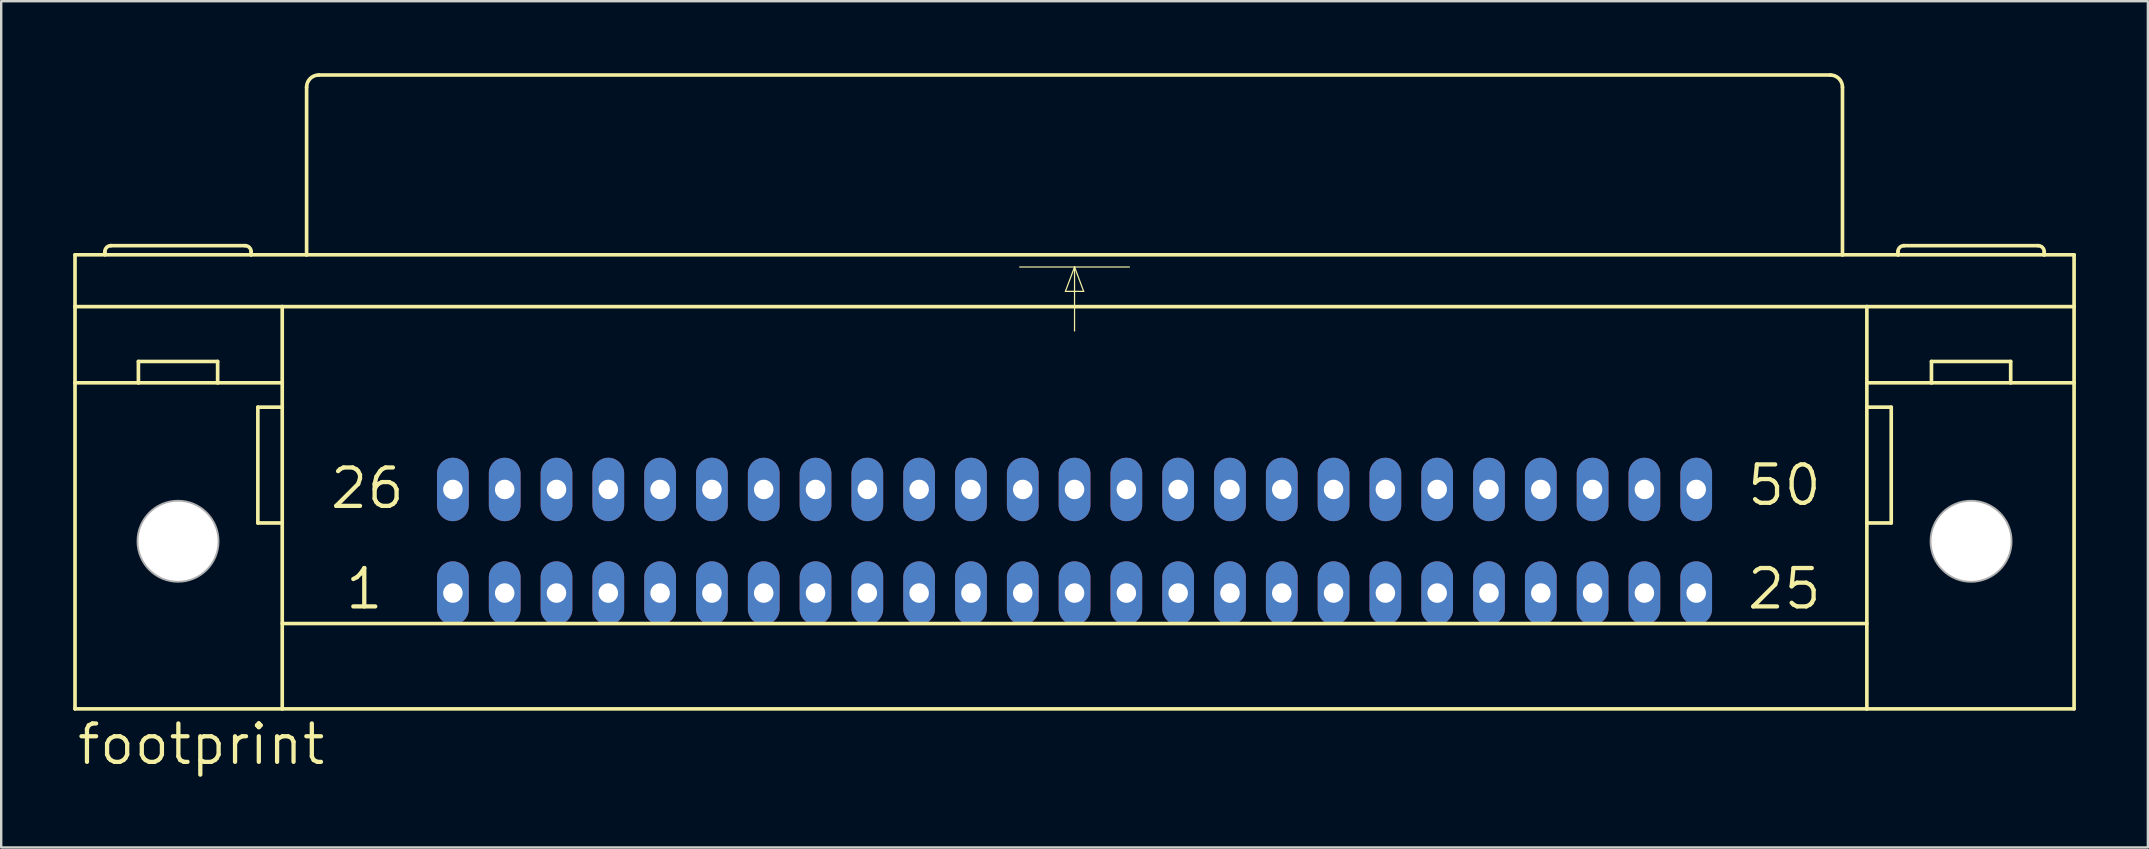
<source format=kicad_pcb>
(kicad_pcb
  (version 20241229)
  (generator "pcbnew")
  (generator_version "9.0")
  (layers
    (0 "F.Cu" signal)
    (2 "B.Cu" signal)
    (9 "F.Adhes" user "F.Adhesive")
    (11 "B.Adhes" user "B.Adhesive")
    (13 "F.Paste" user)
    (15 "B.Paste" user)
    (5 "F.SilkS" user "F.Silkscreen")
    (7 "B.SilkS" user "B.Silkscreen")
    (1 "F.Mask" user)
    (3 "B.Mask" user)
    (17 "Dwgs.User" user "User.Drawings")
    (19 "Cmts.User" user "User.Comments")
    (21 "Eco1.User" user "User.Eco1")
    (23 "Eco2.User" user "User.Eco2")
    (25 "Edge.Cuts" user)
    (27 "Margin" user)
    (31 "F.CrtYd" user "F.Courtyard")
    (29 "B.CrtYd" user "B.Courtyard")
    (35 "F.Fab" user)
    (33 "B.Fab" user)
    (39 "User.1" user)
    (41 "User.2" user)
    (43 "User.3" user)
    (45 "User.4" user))
  (footprint "footprint"
    (layer "F.Cu")
    (at 41.732 19.507)
    (property "Reference" "footprint" (at -41.656 9.398 0) (layer "F.SilkS") (effects (font (size 1.6 1.6) (thickness 0.178)) (justify left bottom)))
    (fp_line (start -41.656 -11.938) (end -34.315 -11.938) (stroke (width 0.152) (type solid)) (layer "F.SilkS"))
    (fp_line (start -41.656 -9.779) (end -41.656 -11.938) (stroke (width 0.152) (type solid)) (layer "F.SilkS"))
    (fp_line (start -41.656 -9.779) (end -33.02 -9.779) (stroke (width 0.152) (type solid)) (layer "F.SilkS"))
    (fp_line (start -41.656 -6.604) (end -41.656 -9.779) (stroke (width 0.152) (type solid)) (layer "F.SilkS"))
    (fp_line (start -41.656 6.985) (end -41.656 -6.604) (stroke (width 0.152) (type solid)) (layer "F.SilkS"))
    (fp_line (start -41.656 6.985) (end -33.02 6.985) (stroke (width 0.152) (type solid)) (layer "F.SilkS"))
    (fp_line (start -40.411 -11.938) (end -40.411 -12.065) (stroke (width 0.152) (type solid)) (layer "F.SilkS"))
    (fp_line (start -39.014 -6.604) (end -41.656 -6.604) (stroke (width 0.152) (type solid)) (layer "F.SilkS"))
    (fp_line (start -39.014 -6.604) (end -39.014 -7.493) (stroke (width 0.152) (type solid)) (layer "F.SilkS"))
    (fp_line (start -35.712 -7.493) (end -39.014 -7.493) (stroke (width 0.152) (type solid)) (layer "F.SilkS"))
    (fp_line (start -35.712 -6.604) (end -39.014 -6.604) (stroke (width 0.152) (type solid)) (layer "F.SilkS"))
    (fp_line (start -35.712 -6.604) (end -35.712 -7.493) (stroke (width 0.152) (type solid)) (layer "F.SilkS"))
    (fp_line (start -34.569 -12.319) (end -40.157 -12.319) (stroke (width 0.152) (type solid)) (layer "F.SilkS"))
    (fp_line (start -34.315 -11.938) (end -34.315 -12.065) (stroke (width 0.152) (type solid)) (layer "F.SilkS"))
    (fp_line (start -34.315 -11.938) (end -32.004 -11.938) (stroke (width 0.152) (type solid)) (layer "F.SilkS"))
    (fp_line (start -34.036 -5.588) (end -34.036 -0.762) (stroke (width 0.152) (type solid)) (layer "F.SilkS"))
    (fp_line (start -34.036 -0.762) (end -33.02 -0.762) (stroke (width 0.152) (type solid)) (layer "F.SilkS"))
    (fp_line (start -33.02 -9.779) (end 33.02 -9.779) (stroke (width 0.152) (type solid)) (layer "F.SilkS"))
    (fp_line (start -33.02 -6.604) (end -35.712 -6.604) (stroke (width 0.152) (type solid)) (layer "F.SilkS"))
    (fp_line (start -33.02 -5.588) (end -34.036 -5.588) (stroke (width 0.152) (type solid)) (layer "F.SilkS"))
    (fp_line (start -33.02 -5.588) (end -33.02 -9.779) (stroke (width 0.152) (type solid)) (layer "F.SilkS"))
    (fp_line (start -33.02 -0.762) (end -33.02 -5.588) (stroke (width 0.152) (type solid)) (layer "F.SilkS"))
    (fp_line (start -33.02 3.429) (end 33.02 3.429) (stroke (width 0.152) (type solid)) (layer "F.SilkS"))
    (fp_line (start -33.02 6.985) (end -33.02 -0.762) (stroke (width 0.152) (type solid)) (layer "F.SilkS"))
    (fp_line (start -33.02 6.985) (end 33.02 6.985) (stroke (width 0.152) (type solid)) (layer "F.SilkS"))
    (fp_line (start -32.004 -11.938) (end -32.004 -18.923) (stroke (width 0.152) (type solid)) (layer "F.SilkS"))
    (fp_line (start -32.004 -11.938) (end 32.004 -11.938) (stroke (width 0.152) (type solid)) (layer "F.SilkS"))
    (fp_line (start -31.496 -19.431) (end 31.496 -19.431) (stroke (width 0.152) (type solid)) (layer "F.SilkS"))
    (fp_line (start -2.286 -11.43) (end 0 -11.43) (stroke (width 0.051) (type solid)) (layer "F.SilkS"))
    (fp_line (start -0.381 -10.414) (end 0.381 -10.414) (stroke (width 0.051) (type solid)) (layer "F.SilkS"))
    (fp_line (start 0 -11.43) (end -0.381 -10.414) (stroke (width 0.051) (type solid)) (layer "F.SilkS"))
    (fp_line (start 0 -11.43) (end 0 -8.763) (stroke (width 0.051) (type solid)) (layer "F.SilkS"))
    (fp_line (start 0 -11.43) (end 2.286 -11.43) (stroke (width 0.051) (type solid)) (layer "F.SilkS"))
    (fp_line (start 0.381 -10.414) (end 0 -11.43) (stroke (width 0.051) (type solid)) (layer "F.SilkS"))
    (fp_line (start 32.004 -11.938) (end 32.004 -18.923) (stroke (width 0.152) (type solid)) (layer "F.SilkS"))
    (fp_line (start 32.004 -11.938) (end 34.315 -11.938) (stroke (width 0.152) (type solid)) (layer "F.SilkS"))
    (fp_line (start 33.02 -9.779) (end 41.656 -9.779) (stroke (width 0.152) (type solid)) (layer "F.SilkS"))
    (fp_line (start 33.02 -6.604) (end 35.712 -6.604) (stroke (width 0.152) (type solid)) (layer "F.SilkS"))
    (fp_line (start 33.02 -5.588) (end 33.02 -9.779) (stroke (width 0.152) (type solid)) (layer "F.SilkS"))
    (fp_line (start 33.02 -5.588) (end 34.036 -5.588) (stroke (width 0.152) (type solid)) (layer "F.SilkS"))
    (fp_line (start 33.02 -0.762) (end 33.02 -5.588) (stroke (width 0.152) (type solid)) (layer "F.SilkS"))
    (fp_line (start 33.02 6.985) (end 33.02 -0.762) (stroke (width 0.152) (type solid)) (layer "F.SilkS"))
    (fp_line (start 33.02 6.985) (end 41.656 6.985) (stroke (width 0.152) (type solid)) (layer "F.SilkS"))
    (fp_line (start 34.036 -5.588) (end 34.036 -0.762) (stroke (width 0.152) (type solid)) (layer "F.SilkS"))
    (fp_line (start 34.036 -0.762) (end 33.02 -0.762) (stroke (width 0.152) (type solid)) (layer "F.SilkS"))
    (fp_line (start 34.315 -11.938) (end 34.315 -12.065) (stroke (width 0.152) (type solid)) (layer "F.SilkS"))
    (fp_line (start 34.315 -11.938) (end 40.411 -11.938) (stroke (width 0.152) (type solid)) (layer "F.SilkS"))
    (fp_line (start 34.569 -12.319) (end 40.157 -12.319) (stroke (width 0.152) (type solid)) (layer "F.SilkS"))
    (fp_line (start 35.712 -7.493) (end 39.014 -7.493) (stroke (width 0.152) (type solid)) (layer "F.SilkS"))
    (fp_line (start 35.712 -6.604) (end 35.712 -7.493) (stroke (width 0.152) (type solid)) (layer "F.SilkS"))
    (fp_line (start 35.712 -6.604) (end 39.014 -6.604) (stroke (width 0.152) (type solid)) (layer "F.SilkS"))
    (fp_line (start 39.014 -6.604) (end 39.014 -7.493) (stroke (width 0.152) (type solid)) (layer "F.SilkS"))
    (fp_line (start 39.014 -6.604) (end 41.656 -6.604) (stroke (width 0.152) (type solid)) (layer "F.SilkS"))
    (fp_line (start 40.411 -11.938) (end 40.411 -12.065) (stroke (width 0.152) (type solid)) (layer "F.SilkS"))
    (fp_line (start 40.411 -11.938) (end 41.656 -11.938) (stroke (width 0.152) (type solid)) (layer "F.SilkS"))
    (fp_line (start 41.656 -11.938) (end 41.656 -6.604) (stroke (width 0.152) (type solid)) (layer "F.SilkS"))
    (fp_line (start 41.656 -6.604) (end 41.656 6.985) (stroke (width 0.152) (type solid)) (layer "F.SilkS"))
    (fp_arc (start -40.4114 -12.065) (mid -40.337005 -12.244605) (end -40.1574 -12.319) (stroke (width 0.1524) (type solid)) (layer "F.SilkS"))
    (fp_arc (start -34.5694 -12.319) (mid -34.389795 -12.244605) (end -34.3154 -12.065) (stroke (width 0.1524) (type solid)) (layer "F.SilkS"))
    (fp_arc (start -32.004 -18.923) (mid -31.85521 -19.28221) (end -31.496 -19.431) (stroke (width 0.1524) (type solid)) (layer "F.SilkS"))
    (fp_arc (start 31.496 -19.431) (mid 31.85521 -19.28221) (end 32.004 -18.923) (stroke (width 0.1524) (type solid)) (layer "F.SilkS"))
    (fp_arc (start 34.3154 -12.065) (mid 34.389795 -12.244605) (end 34.5694 -12.319) (stroke (width 0.1524) (type solid)) (layer "F.SilkS"))
    (fp_arc (start 40.1574 -12.319) (mid 40.337005 -12.244605) (end 40.4114 -12.065) (stroke (width 0.1524) (type solid)) (layer "F.SilkS"))
    (fp_circle (center -37.363 0) (end -35.712 0) (stroke (width 0.152) (type solid)) (fill no) (layer "F.Fab"))
    (fp_circle (center 37.363 0) (end 39.014 0) (stroke (width 0.152) (type solid)) (fill no) (layer "F.Fab"))
    (fp_text user "50" (at 27.94 -1.397 0) (layer "F.SilkS") (effects (font (size 1.6 1.6) (thickness 0.178)) (justify left bottom)))
    (fp_text user "26" (at -31.115 -1.27 0) (layer "F.SilkS") (effects (font (size 1.6 1.6) (thickness 0.178)) (justify left bottom)))
    (fp_text user "25" (at 27.94 2.921 0) (layer "F.SilkS") (effects (font (size 1.6 1.6) (thickness 0.178)) (justify left bottom)))
    (fp_text user "1" (at -30.48 2.921 0) (layer "F.SilkS") (effects (font (size 1.6 1.6) (thickness 0.178)) (justify left bottom)))
    (pad "" np_thru_hole circle (at -37.363 0) (size 3.302 3.302) (drill 3.302) (layers "*.Cu" "*.Mask"))
    (pad "" np_thru_hole circle (at 37.363 0) (size 3.302 3.302) (drill 3.302) (layers "*.Cu" "*.Mask"))
    (pad "1" thru_hole oval (at -25.908 2.159 90) (size 2.642 1.321) (drill 0.813) (layers "*.Cu" "*.Mask"))
    (pad "2" thru_hole oval (at -23.749 2.159 90) (size 2.642 1.321) (drill 0.813) (layers "*.Cu" "*.Mask"))
    (pad "3" thru_hole oval (at -21.59 2.159 90) (size 2.642 1.321) (drill 0.813) (layers "*.Cu" "*.Mask"))
    (pad "4" thru_hole oval (at -19.431 2.159 90) (size 2.642 1.321) (drill 0.813) (layers "*.Cu" "*.Mask"))
    (pad "5" thru_hole oval (at -17.272 2.159 90) (size 2.642 1.321) (drill 0.813) (layers "*.Cu" "*.Mask"))
    (pad "6" thru_hole oval (at -15.113 2.159 90) (size 2.642 1.321) (drill 0.813) (layers "*.Cu" "*.Mask"))
    (pad "7" thru_hole oval (at -12.954 2.159 90) (size 2.642 1.321) (drill 0.813) (layers "*.Cu" "*.Mask"))
    (pad "8" thru_hole oval (at -10.795 2.159 90) (size 2.642 1.321) (drill 0.813) (layers "*.Cu" "*.Mask"))
    (pad "9" thru_hole oval (at -8.636 2.159 90) (size 2.642 1.321) (drill 0.813) (layers "*.Cu" "*.Mask"))
    (pad "10" thru_hole oval (at -6.477 2.159 90) (size 2.642 1.321) (drill 0.813) (layers "*.Cu" "*.Mask"))
    (pad "11" thru_hole oval (at -4.318 2.159 90) (size 2.642 1.321) (drill 0.813) (layers "*.Cu" "*.Mask"))
    (pad "12" thru_hole oval (at -2.159 2.159 90) (size 2.642 1.321) (drill 0.813) (layers "*.Cu" "*.Mask"))
    (pad "13" thru_hole oval (at 0 2.159 90) (size 2.642 1.321) (drill 0.813) (layers "*.Cu" "*.Mask"))
    (pad "14" thru_hole oval (at 2.159 2.159 90) (size 2.642 1.321) (drill 0.813) (layers "*.Cu" "*.Mask"))
    (pad "15" thru_hole oval (at 4.318 2.159 90) (size 2.642 1.321) (drill 0.813) (layers "*.Cu" "*.Mask"))
    (pad "16" thru_hole oval (at 6.477 2.159 90) (size 2.642 1.321) (drill 0.813) (layers "*.Cu" "*.Mask"))
    (pad "17" thru_hole oval (at 8.636 2.159 90) (size 2.642 1.321) (drill 0.813) (layers "*.Cu" "*.Mask"))
    (pad "18" thru_hole oval (at 10.795 2.159 90) (size 2.642 1.321) (drill 0.813) (layers "*.Cu" "*.Mask"))
    (pad "19" thru_hole oval (at 12.954 2.159 90) (size 2.642 1.321) (drill 0.813) (layers "*.Cu" "*.Mask"))
    (pad "20" thru_hole oval (at 15.113 2.159 90) (size 2.642 1.321) (drill 0.813) (layers "*.Cu" "*.Mask"))
    (pad "21" thru_hole oval (at 17.272 2.159 90) (size 2.642 1.321) (drill 0.813) (layers "*.Cu" "*.Mask"))
    (pad "22" thru_hole oval (at 19.431 2.159 90) (size 2.642 1.321) (drill 0.813) (layers "*.Cu" "*.Mask"))
    (pad "23" thru_hole oval (at 21.59 2.159 90) (size 2.642 1.321) (drill 0.813) (layers "*.Cu" "*.Mask"))
    (pad "24" thru_hole oval (at 23.749 2.159 90) (size 2.642 1.321) (drill 0.813) (layers "*.Cu" "*.Mask"))
    (pad "25" thru_hole oval (at 25.908 2.159 90) (size 2.642 1.321) (drill 0.813) (layers "*.Cu" "*.Mask"))
    (pad "26" thru_hole oval (at -25.908 -2.159 90) (size 2.642 1.321) (drill 0.813) (layers "*.Cu" "*.Mask"))
    (pad "27" thru_hole oval (at -23.749 -2.159 90) (size 2.642 1.321) (drill 0.813) (layers "*.Cu" "*.Mask"))
    (pad "28" thru_hole oval (at -21.59 -2.159 90) (size 2.642 1.321) (drill 0.813) (layers "*.Cu" "*.Mask"))
    (pad "29" thru_hole oval (at -19.431 -2.159 90) (size 2.642 1.321) (drill 0.813) (layers "*.Cu" "*.Mask"))
    (pad "30" thru_hole oval (at -17.272 -2.159 90) (size 2.642 1.321) (drill 0.813) (layers "*.Cu" "*.Mask"))
    (pad "31" thru_hole oval (at -15.113 -2.159 90) (size 2.642 1.321) (drill 0.813) (layers "*.Cu" "*.Mask"))
    (pad "32" thru_hole oval (at -12.954 -2.159 90) (size 2.642 1.321) (drill 0.813) (layers "*.Cu" "*.Mask"))
    (pad "33" thru_hole oval (at -10.795 -2.159 90) (size 2.642 1.321) (drill 0.813) (layers "*.Cu" "*.Mask"))
    (pad "34" thru_hole oval (at -8.636 -2.159 90) (size 2.642 1.321) (drill 0.813) (layers "*.Cu" "*.Mask"))
    (pad "35" thru_hole oval (at -6.477 -2.159 90) (size 2.642 1.321) (drill 0.813) (layers "*.Cu" "*.Mask"))
    (pad "36" thru_hole oval (at -4.318 -2.159 90) (size 2.642 1.321) (drill 0.813) (layers "*.Cu" "*.Mask"))
    (pad "37" thru_hole oval (at -2.159 -2.159 90) (size 2.642 1.321) (drill 0.813) (layers "*.Cu" "*.Mask"))
    (pad "38" thru_hole oval (at 0 -2.159 90) (size 2.642 1.321) (drill 0.813) (layers "*.Cu" "*.Mask"))
    (pad "39" thru_hole oval (at 2.159 -2.159 90) (size 2.642 1.321) (drill 0.813) (layers "*.Cu" "*.Mask"))
    (pad "40" thru_hole oval (at 4.318 -2.159 90) (size 2.642 1.321) (drill 0.813) (layers "*.Cu" "*.Mask"))
    (pad "41" thru_hole oval (at 6.477 -2.159 90) (size 2.642 1.321) (drill 0.813) (layers "*.Cu" "*.Mask"))
    (pad "42" thru_hole oval (at 8.636 -2.159 90) (size 2.642 1.321) (drill 0.813) (layers "*.Cu" "*.Mask"))
    (pad "43" thru_hole oval (at 10.795 -2.159 90) (size 2.642 1.321) (drill 0.813) (layers "*.Cu" "*.Mask"))
    (pad "44" thru_hole oval (at 12.954 -2.159 90) (size 2.642 1.321) (drill 0.813) (layers "*.Cu" "*.Mask"))
    (pad "45" thru_hole oval (at 15.113 -2.159 90) (size 2.642 1.321) (drill 0.813) (layers "*.Cu" "*.Mask"))
    (pad "46" thru_hole oval (at 17.272 -2.159 90) (size 2.642 1.321) (drill 0.813) (layers "*.Cu" "*.Mask"))
    (pad "47" thru_hole oval (at 19.431 -2.159 90) (size 2.642 1.321) (drill 0.813) (layers "*.Cu" "*.Mask"))
    (pad "48" thru_hole oval (at 21.59 -2.159 90) (size 2.642 1.321) (drill 0.813) (layers "*.Cu" "*.Mask"))
    (pad "49" thru_hole oval (at 23.749 -2.159 90) (size 2.642 1.321) (drill 0.813) (layers "*.Cu" "*.Mask"))
    (pad "50" thru_hole oval (at 25.908 -2.159 90) (size 2.642 1.321) (drill 0.813) (layers "*.Cu" "*.Mask"))
    (zone (net_name "") (layers "F.Cu" "B.Cu") (hatch edge 0.508) (connect_pads) (min_thickness 0.254) (filled_areas_thickness no) (keepout (tracks allowed) (vias not_allowed) (pads allowed) (copperpour allowed) (footprints allowed)) (placement (enabled no)) (fill) (polygon (pts (xy 7.417 19.507) (xy 7.37 18.978) (xy 7.233 18.465) (xy 7.008 17.983) (xy 6.704 17.548) (xy 6.328 17.172) (xy 5.893 16.868) (xy 5.411 16.643) (xy 4.898 16.506) (xy 4.369 16.459) (xy 3.84 16.506) (xy 3.326 16.643) (xy 2.845 16.868) (xy 2.41 17.172) (xy 2.034 17.548) (xy 1.729 17.983) (xy 1.505 18.465) (xy 1.367 18.978) (xy 1.321 19.507) (xy 1.367 20.036) (xy 1.505 20.55) (xy 1.729 21.031) (xy 2.034 21.466) (xy 2.41 21.842) (xy 2.845 22.147) (xy 3.326 22.371) (xy 3.84 22.509) (xy 4.369 22.555) (xy 4.898 22.509) (xy 5.411 22.371) (xy 5.893 22.147) (xy 6.328 21.842) (xy 6.704 21.466) (xy 7.008 21.031) (xy 7.233 20.55) (xy 7.37 20.036))))
    (zone (net_name "") (layers "F.Cu" "B.Cu") (hatch edge 0.508) (connect_pads) (min_thickness 0.254) (filled_areas_thickness no) (keepout (tracks allowed) (vias not_allowed) (pads allowed) (copperpour allowed) (footprints allowed)) (placement (enabled no)) (fill) (polygon (pts (xy 82.144 19.507) (xy 82.097 18.978) (xy 81.96 18.465) (xy 81.735 17.983) (xy 81.431 17.548) (xy 81.055 17.172) (xy 80.62 16.868) (xy 80.138 16.643) (xy 79.625 16.506) (xy 79.096 16.459) (xy 78.566 16.506) (xy 78.053 16.643) (xy 77.572 16.868) (xy 77.136 17.172) (xy 76.761 17.548) (xy 76.456 17.983) (xy 76.231 18.465) (xy 76.094 18.978) (xy 76.048 19.507) (xy 76.094 20.036) (xy 76.231 20.55) (xy 76.456 21.031) (xy 76.761 21.466) (xy 77.136 21.842) (xy 77.572 22.147) (xy 78.053 22.371) (xy 78.566 22.509) (xy 79.096 22.555) (xy 79.625 22.509) (xy 80.138 22.371) (xy 80.62 22.147) (xy 81.055 21.842) (xy 81.431 21.466) (xy 81.735 21.031) (xy 81.96 20.55) (xy 82.097 20.036))))
    (zone (net_name "") (layer "B.Cu") (hatch edge 0.508) (connect_pads) (min_thickness 0.254) (filled_areas_thickness no) (keepout (tracks not_allowed) (vias not_allowed) (pads not_allowed) (copperpour not_allowed) (footprints allowed)) (placement (enabled no)) (fill) (polygon (pts (xy 7.417 19.507) (xy 7.37 18.978) (xy 7.233 18.465) (xy 7.008 17.983) (xy 6.704 17.548) (xy 6.328 17.172) (xy 5.893 16.868) (xy 5.411 16.643) (xy 4.898 16.506) (xy 4.369 16.459) (xy 3.84 16.506) (xy 3.326 16.643) (xy 2.845 16.868) (xy 2.41 17.172) (xy 2.034 17.548) (xy 1.729 17.983) (xy 1.505 18.465) (xy 1.367 18.978) (xy 1.321 19.507) (xy 1.367 20.036) (xy 1.505 20.55) (xy 1.729 21.031) (xy 2.034 21.466) (xy 2.41 21.842) (xy 2.845 22.147) (xy 3.326 22.371) (xy 3.84 22.509) (xy 4.369 22.555) (xy 4.898 22.509) (xy 5.411 22.371) (xy 5.893 22.147) (xy 6.328 21.842) (xy 6.704 21.466) (xy 7.008 21.031) (xy 7.233 20.55) (xy 7.37 20.036))))
    (zone (net_name "") (layer "B.Cu") (hatch edge 0.508) (connect_pads) (min_thickness 0.254) (filled_areas_thickness no) (keepout (tracks not_allowed) (vias not_allowed) (pads not_allowed) (copperpour not_allowed) (footprints allowed)) (placement (enabled no)) (fill) (polygon (pts (xy 82.144 19.507) (xy 82.097 18.978) (xy 81.96 18.465) (xy 81.735 17.983) (xy 81.431 17.548) (xy 81.055 17.172) (xy 80.62 16.868) (xy 80.138 16.643) (xy 79.625 16.506) (xy 79.096 16.459) (xy 78.566 16.506) (xy 78.053 16.643) (xy 77.572 16.868) (xy 77.136 17.172) (xy 76.761 17.548) (xy 76.456 17.983) (xy 76.231 18.465) (xy 76.094 18.978) (xy 76.048 19.507) (xy 76.094 20.036) (xy 76.231 20.55) (xy 76.456 21.031) (xy 76.761 21.466) (xy 77.136 21.842) (xy 77.572 22.147) (xy 78.053 22.371) (xy 78.566 22.509) (xy 79.096 22.555) (xy 79.625 22.509) (xy 80.138 22.371) (xy 80.62 22.147) (xy 81.055 21.842) (xy 81.431 21.466) (xy 81.735 21.031) (xy 81.96 20.55) (xy 82.097 20.036)))))
  (gr_rect
    (start -3 -3)
    (end 86.464 32.268)
    (stroke (width 0.1) (type default))
    (fill no)
    (layer "Edge.Cuts")))
</source>
